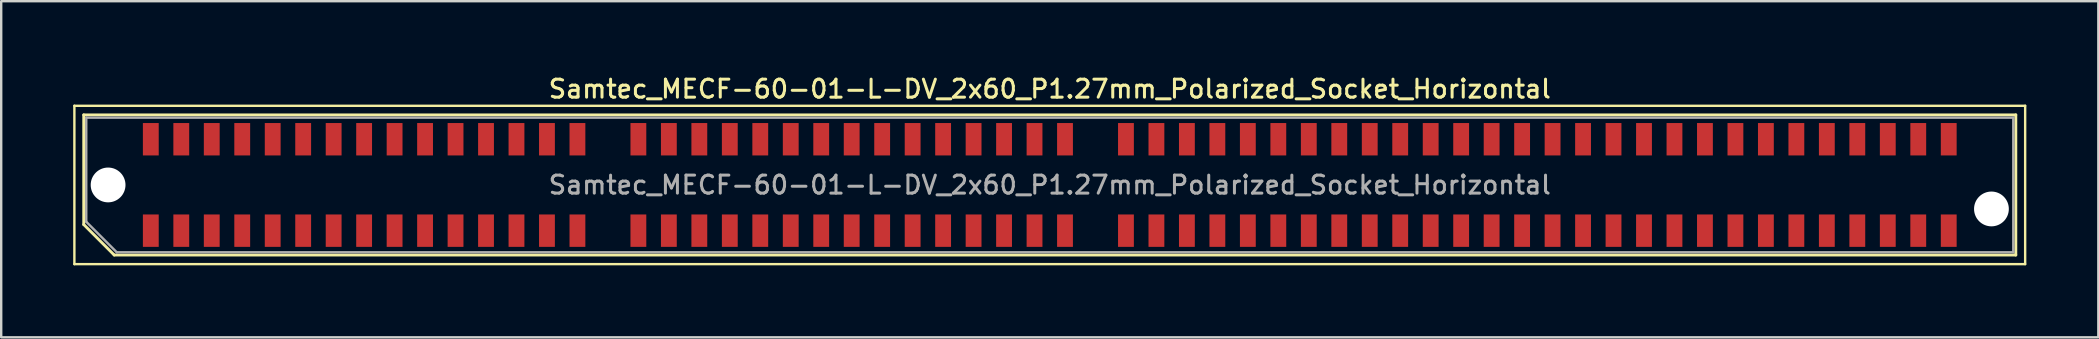
<source format=kicad_pcb>
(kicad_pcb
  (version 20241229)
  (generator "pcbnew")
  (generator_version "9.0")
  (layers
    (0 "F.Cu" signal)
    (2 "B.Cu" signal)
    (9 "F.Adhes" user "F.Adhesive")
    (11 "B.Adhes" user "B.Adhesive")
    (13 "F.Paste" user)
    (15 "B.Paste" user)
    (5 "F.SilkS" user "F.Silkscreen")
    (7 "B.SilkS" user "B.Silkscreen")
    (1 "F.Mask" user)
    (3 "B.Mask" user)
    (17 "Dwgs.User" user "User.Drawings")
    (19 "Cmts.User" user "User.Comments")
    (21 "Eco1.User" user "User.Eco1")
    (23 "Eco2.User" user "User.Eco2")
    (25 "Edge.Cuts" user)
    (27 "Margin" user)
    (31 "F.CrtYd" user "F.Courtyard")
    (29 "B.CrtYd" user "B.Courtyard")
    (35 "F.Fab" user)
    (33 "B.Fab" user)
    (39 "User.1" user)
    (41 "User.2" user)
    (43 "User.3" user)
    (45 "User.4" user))
  (footprint "Samtec_MECF-60-01-L-DV_2x60_P1.27mm_Polarized_Socket_Horizontal"
    (layer "F.Cu")
    (at 40.7 4.658)
    (property "Reference" "Samtec_MECF-60-01-L-DV_2x60_P1.27mm_Polarized_Socket_Horizontal" (at 0 -4 0) (layer "F.SilkS") (effects (font (size 0.75 0.75) (thickness 0.125))))
    (attr smd)
    (fp_line (start -40.65 -3.3) (end -40.65 3.3) (stroke (width 0.1) (type solid)) (layer "F.SilkS"))
    (fp_line (start -40.65 3.3) (end 40.65 3.3) (stroke (width 0.1) (type solid)) (layer "F.SilkS"))
    (fp_line (start -40.26 -2.92) (end 40.26 -2.92) (stroke (width 0.12) (type solid)) (layer "F.SilkS"))
    (fp_line (start -40.26 1.65) (end -40.26 -2.92) (stroke (width 0.12) (type solid)) (layer "F.SilkS"))
    (fp_line (start -38.99 2.92) (end -40.26 1.65) (stroke (width 0.12) (type solid)) (layer "F.SilkS"))
    (fp_line (start -38.99 2.92) (end 40.26 2.92) (stroke (width 0.12) (type solid)) (layer "F.SilkS"))
    (fp_line (start 40.26 2.92) (end 40.26 -2.92) (stroke (width 0.12) (type solid)) (layer "F.SilkS"))
    (fp_line (start 40.65 -3.3) (end -40.65 -3.3) (stroke (width 0.1) (type solid)) (layer "F.SilkS"))
    (fp_line (start 40.65 3.3) (end 40.65 -3.3) (stroke (width 0.1) (type solid)) (layer "F.SilkS"))
    (fp_line (start -40.155 -2.805) (end 40.155 -2.805) (stroke (width 0.1) (type solid)) (layer "F.Fab"))
    (fp_line (start -40.155 1.535) (end -40.155 -2.805) (stroke (width 0.1) (type solid)) (layer "F.Fab"))
    (fp_line (start -40.155 1.535) (end -38.885 2.805) (stroke (width 0.1) (type solid)) (layer "F.Fab"))
    (fp_line (start -38.885 2.805) (end 40.155 2.805) (stroke (width 0.1) (type solid)) (layer "F.Fab"))
    (fp_line (start 40.155 2.805) (end 40.155 -2.805) (stroke (width 0.1) (type solid)) (layer "F.Fab"))
    (fp_text user "${REFERENCE}" (at 0 0 0) (layer "F.Fab") (effects (font (size 0.75 0.75) (thickness 0.125))))
    (pad "" np_thru_hole circle (at -39.245 0) (size 1.45 1.45) (drill 1.45) (layers "*.Cu" "*.Mask"))
    (pad "" np_thru_hole circle (at 39.245 1) (size 1.45 1.45) (drill 1.45) (layers "*.Cu" "*.Mask"))
    (pad "1" smd rect (at -37.465 1.905) (size 0.66 1.35) (layers "F.Cu" "F.Mask" "F.Paste"))
    (pad "2" smd rect (at -37.465 -1.905) (size 0.66 1.35) (layers "F.Cu" "F.Mask" "F.Paste"))
    (pad "3" smd rect (at -36.195 1.905) (size 0.66 1.35) (layers "F.Cu" "F.Mask" "F.Paste"))
    (pad "4" smd rect (at -36.195 -1.905) (size 0.66 1.35) (layers "F.Cu" "F.Mask" "F.Paste"))
    (pad "5" smd rect (at -34.925 1.905) (size 0.66 1.35) (layers "F.Cu" "F.Mask" "F.Paste"))
    (pad "6" smd rect (at -34.925 -1.905) (size 0.66 1.35) (layers "F.Cu" "F.Mask" "F.Paste"))
    (pad "7" smd rect (at -33.655 1.905) (size 0.66 1.35) (layers "F.Cu" "F.Mask" "F.Paste"))
    (pad "8" smd rect (at -33.655 -1.905) (size 0.66 1.35) (layers "F.Cu" "F.Mask" "F.Paste"))
    (pad "9" smd rect (at -32.385 1.905) (size 0.66 1.35) (layers "F.Cu" "F.Mask" "F.Paste"))
    (pad "10" smd rect (at -32.385 -1.905) (size 0.66 1.35) (layers "F.Cu" "F.Mask" "F.Paste"))
    (pad "11" smd rect (at -31.115 1.905) (size 0.66 1.35) (layers "F.Cu" "F.Mask" "F.Paste"))
    (pad "12" smd rect (at -31.115 -1.905) (size 0.66 1.35) (layers "F.Cu" "F.Mask" "F.Paste"))
    (pad "13" smd rect (at -29.845 1.905) (size 0.66 1.35) (layers "F.Cu" "F.Mask" "F.Paste"))
    (pad "14" smd rect (at -29.845 -1.905) (size 0.66 1.35) (layers "F.Cu" "F.Mask" "F.Paste"))
    (pad "15" smd rect (at -28.575 1.905) (size 0.66 1.35) (layers "F.Cu" "F.Mask" "F.Paste"))
    (pad "16" smd rect (at -28.575 -1.905) (size 0.66 1.35) (layers "F.Cu" "F.Mask" "F.Paste"))
    (pad "17" smd rect (at -27.305 1.905) (size 0.66 1.35) (layers "F.Cu" "F.Mask" "F.Paste"))
    (pad "18" smd rect (at -27.305 -1.905) (size 0.66 1.35) (layers "F.Cu" "F.Mask" "F.Paste"))
    (pad "19" smd rect (at -26.035 1.905) (size 0.66 1.35) (layers "F.Cu" "F.Mask" "F.Paste"))
    (pad "20" smd rect (at -26.035 -1.905) (size 0.66 1.35) (layers "F.Cu" "F.Mask" "F.Paste"))
    (pad "21" smd rect (at -24.765 1.905) (size 0.66 1.35) (layers "F.Cu" "F.Mask" "F.Paste"))
    (pad "22" smd rect (at -24.765 -1.905) (size 0.66 1.35) (layers "F.Cu" "F.Mask" "F.Paste"))
    (pad "23" smd rect (at -23.495 1.905) (size 0.66 1.35) (layers "F.Cu" "F.Mask" "F.Paste"))
    (pad "24" smd rect (at -23.495 -1.905) (size 0.66 1.35) (layers "F.Cu" "F.Mask" "F.Paste"))
    (pad "25" smd rect (at -22.225 1.905) (size 0.66 1.35) (layers "F.Cu" "F.Mask" "F.Paste"))
    (pad "26" smd rect (at -22.225 -1.905) (size 0.66 1.35) (layers "F.Cu" "F.Mask" "F.Paste"))
    (pad "27" smd rect (at -20.955 1.905) (size 0.66 1.35) (layers "F.Cu" "F.Mask" "F.Paste"))
    (pad "28" smd rect (at -20.955 -1.905) (size 0.66 1.35) (layers "F.Cu" "F.Mask" "F.Paste"))
    (pad "29" smd rect (at -19.685 1.905) (size 0.66 1.35) (layers "F.Cu" "F.Mask" "F.Paste"))
    (pad "30" smd rect (at -19.685 -1.905) (size 0.66 1.35) (layers "F.Cu" "F.Mask" "F.Paste"))
    (pad "33" smd rect (at -17.145 1.905) (size 0.66 1.35) (layers "F.Cu" "F.Mask" "F.Paste"))
    (pad "34" smd rect (at -17.145 -1.905) (size 0.66 1.35) (layers "F.Cu" "F.Mask" "F.Paste"))
    (pad "35" smd rect (at -15.875 1.905) (size 0.66 1.35) (layers "F.Cu" "F.Mask" "F.Paste"))
    (pad "36" smd rect (at -15.875 -1.905) (size 0.66 1.35) (layers "F.Cu" "F.Mask" "F.Paste"))
    (pad "37" smd rect (at -14.605 1.905) (size 0.66 1.35) (layers "F.Cu" "F.Mask" "F.Paste"))
    (pad "38" smd rect (at -14.605 -1.905) (size 0.66 1.35) (layers "F.Cu" "F.Mask" "F.Paste"))
    (pad "39" smd rect (at -13.335 1.905) (size 0.66 1.35) (layers "F.Cu" "F.Mask" "F.Paste"))
    (pad "40" smd rect (at -13.335 -1.905) (size 0.66 1.35) (layers "F.Cu" "F.Mask" "F.Paste"))
    (pad "41" smd rect (at -12.065 1.905) (size 0.66 1.35) (layers "F.Cu" "F.Mask" "F.Paste"))
    (pad "42" smd rect (at -12.065 -1.905) (size 0.66 1.35) (layers "F.Cu" "F.Mask" "F.Paste"))
    (pad "43" smd rect (at -10.795 1.905) (size 0.66 1.35) (layers "F.Cu" "F.Mask" "F.Paste"))
    (pad "44" smd rect (at -10.795 -1.905) (size 0.66 1.35) (layers "F.Cu" "F.Mask" "F.Paste"))
    (pad "45" smd rect (at -9.525 1.905) (size 0.66 1.35) (layers "F.Cu" "F.Mask" "F.Paste"))
    (pad "46" smd rect (at -9.525 -1.905) (size 0.66 1.35) (layers "F.Cu" "F.Mask" "F.Paste"))
    (pad "47" smd rect (at -8.255 1.905) (size 0.66 1.35) (layers "F.Cu" "F.Mask" "F.Paste"))
    (pad "48" smd rect (at -8.255 -1.905) (size 0.66 1.35) (layers "F.Cu" "F.Mask" "F.Paste"))
    (pad "49" smd rect (at -6.985 1.905) (size 0.66 1.35) (layers "F.Cu" "F.Mask" "F.Paste"))
    (pad "50" smd rect (at -6.985 -1.905) (size 0.66 1.35) (layers "F.Cu" "F.Mask" "F.Paste"))
    (pad "51" smd rect (at -5.715 1.905) (size 0.66 1.35) (layers "F.Cu" "F.Mask" "F.Paste"))
    (pad "52" smd rect (at -5.715 -1.905) (size 0.66 1.35) (layers "F.Cu" "F.Mask" "F.Paste"))
    (pad "53" smd rect (at -4.445 1.905) (size 0.66 1.35) (layers "F.Cu" "F.Mask" "F.Paste"))
    (pad "54" smd rect (at -4.445 -1.905) (size 0.66 1.35) (layers "F.Cu" "F.Mask" "F.Paste"))
    (pad "55" smd rect (at -3.175 1.905) (size 0.66 1.35) (layers "F.Cu" "F.Mask" "F.Paste"))
    (pad "56" smd rect (at -3.175 -1.905) (size 0.66 1.35) (layers "F.Cu" "F.Mask" "F.Paste"))
    (pad "57" smd rect (at -1.905 1.905) (size 0.66 1.35) (layers "F.Cu" "F.Mask" "F.Paste"))
    (pad "58" smd rect (at -1.905 -1.905) (size 0.66 1.35) (layers "F.Cu" "F.Mask" "F.Paste"))
    (pad "59" smd rect (at -0.635 1.905) (size 0.66 1.35) (layers "F.Cu" "F.Mask" "F.Paste"))
    (pad "60" smd rect (at -0.635 -1.905) (size 0.66 1.35) (layers "F.Cu" "F.Mask" "F.Paste"))
    (pad "61" smd rect (at 0.635 1.905) (size 0.66 1.35) (layers "F.Cu" "F.Mask" "F.Paste"))
    (pad "62" smd rect (at 0.635 -1.905) (size 0.66 1.35) (layers "F.Cu" "F.Mask" "F.Paste"))
    (pad "65" smd rect (at 3.175 1.905) (size 0.66 1.35) (layers "F.Cu" "F.Mask" "F.Paste"))
    (pad "66" smd rect (at 3.175 -1.905) (size 0.66 1.35) (layers "F.Cu" "F.Mask" "F.Paste"))
    (pad "67" smd rect (at 4.445 1.905) (size 0.66 1.35) (layers "F.Cu" "F.Mask" "F.Paste"))
    (pad "68" smd rect (at 4.445 -1.905) (size 0.66 1.35) (layers "F.Cu" "F.Mask" "F.Paste"))
    (pad "69" smd rect (at 5.715 1.905) (size 0.66 1.35) (layers "F.Cu" "F.Mask" "F.Paste"))
    (pad "70" smd rect (at 5.715 -1.905) (size 0.66 1.35) (layers "F.Cu" "F.Mask" "F.Paste"))
    (pad "71" smd rect (at 6.985 1.905) (size 0.66 1.35) (layers "F.Cu" "F.Mask" "F.Paste"))
    (pad "72" smd rect (at 6.985 -1.905) (size 0.66 1.35) (layers "F.Cu" "F.Mask" "F.Paste"))
    (pad "73" smd rect (at 8.255 1.905) (size 0.66 1.35) (layers "F.Cu" "F.Mask" "F.Paste"))
    (pad "74" smd rect (at 8.255 -1.905) (size 0.66 1.35) (layers "F.Cu" "F.Mask" "F.Paste"))
    (pad "75" smd rect (at 9.525 1.905) (size 0.66 1.35) (layers "F.Cu" "F.Mask" "F.Paste"))
    (pad "76" smd rect (at 9.525 -1.905) (size 0.66 1.35) (layers "F.Cu" "F.Mask" "F.Paste"))
    (pad "77" smd rect (at 10.795 1.905) (size 0.66 1.35) (layers "F.Cu" "F.Mask" "F.Paste"))
    (pad "78" smd rect (at 10.795 -1.905) (size 0.66 1.35) (layers "F.Cu" "F.Mask" "F.Paste"))
    (pad "79" smd rect (at 12.065 1.905) (size 0.66 1.35) (layers "F.Cu" "F.Mask" "F.Paste"))
    (pad "80" smd rect (at 12.065 -1.905) (size 0.66 1.35) (layers "F.Cu" "F.Mask" "F.Paste"))
    (pad "81" smd rect (at 13.335 1.905) (size 0.66 1.35) (layers "F.Cu" "F.Mask" "F.Paste"))
    (pad "82" smd rect (at 13.335 -1.905) (size 0.66 1.35) (layers "F.Cu" "F.Mask" "F.Paste"))
    (pad "83" smd rect (at 14.605 1.905) (size 0.66 1.35) (layers "F.Cu" "F.Mask" "F.Paste"))
    (pad "84" smd rect (at 14.605 -1.905) (size 0.66 1.35) (layers "F.Cu" "F.Mask" "F.Paste"))
    (pad "85" smd rect (at 15.875 1.905) (size 0.66 1.35) (layers "F.Cu" "F.Mask" "F.Paste"))
    (pad "86" smd rect (at 15.875 -1.905) (size 0.66 1.35) (layers "F.Cu" "F.Mask" "F.Paste"))
    (pad "87" smd rect (at 17.145 1.905) (size 0.66 1.35) (layers "F.Cu" "F.Mask" "F.Paste"))
    (pad "88" smd rect (at 17.145 -1.905) (size 0.66 1.35) (layers "F.Cu" "F.Mask" "F.Paste"))
    (pad "89" smd rect (at 18.415 1.905) (size 0.66 1.35) (layers "F.Cu" "F.Mask" "F.Paste"))
    (pad "90" smd rect (at 18.415 -1.905) (size 0.66 1.35) (layers "F.Cu" "F.Mask" "F.Paste"))
    (pad "91" smd rect (at 19.685 1.905) (size 0.66 1.35) (layers "F.Cu" "F.Mask" "F.Paste"))
    (pad "92" smd rect (at 19.685 -1.905) (size 0.66 1.35) (layers "F.Cu" "F.Mask" "F.Paste"))
    (pad "93" smd rect (at 20.955 1.905) (size 0.66 1.35) (layers "F.Cu" "F.Mask" "F.Paste"))
    (pad "94" smd rect (at 20.955 -1.905) (size 0.66 1.35) (layers "F.Cu" "F.Mask" "F.Paste"))
    (pad "95" smd rect (at 22.225 1.905) (size 0.66 1.35) (layers "F.Cu" "F.Mask" "F.Paste"))
    (pad "96" smd rect (at 22.225 -1.905) (size 0.66 1.35) (layers "F.Cu" "F.Mask" "F.Paste"))
    (pad "97" smd rect (at 23.495 1.905) (size 0.66 1.35) (layers "F.Cu" "F.Mask" "F.Paste"))
    (pad "98" smd rect (at 23.495 -1.905) (size 0.66 1.35) (layers "F.Cu" "F.Mask" "F.Paste"))
    (pad "99" smd rect (at 24.765 1.905) (size 0.66 1.35) (layers "F.Cu" "F.Mask" "F.Paste"))
    (pad "100" smd rect (at 24.765 -1.905) (size 0.66 1.35) (layers "F.Cu" "F.Mask" "F.Paste"))
    (pad "101" smd rect (at 26.035 1.905) (size 0.66 1.35) (layers "F.Cu" "F.Mask" "F.Paste"))
    (pad "102" smd rect (at 26.035 -1.905) (size 0.66 1.35) (layers "F.Cu" "F.Mask" "F.Paste"))
    (pad "103" smd rect (at 27.305 1.905) (size 0.66 1.35) (layers "F.Cu" "F.Mask" "F.Paste"))
    (pad "104" smd rect (at 27.305 -1.905) (size 0.66 1.35) (layers "F.Cu" "F.Mask" "F.Paste"))
    (pad "105" smd rect (at 28.575 1.905) (size 0.66 1.35) (layers "F.Cu" "F.Mask" "F.Paste"))
    (pad "106" smd rect (at 28.575 -1.905) (size 0.66 1.35) (layers "F.Cu" "F.Mask" "F.Paste"))
    (pad "107" smd rect (at 29.845 1.905) (size 0.66 1.35) (layers "F.Cu" "F.Mask" "F.Paste"))
    (pad "108" smd rect (at 29.845 -1.905) (size 0.66 1.35) (layers "F.Cu" "F.Mask" "F.Paste"))
    (pad "109" smd rect (at 31.115 1.905) (size 0.66 1.35) (layers "F.Cu" "F.Mask" "F.Paste"))
    (pad "110" smd rect (at 31.115 -1.905) (size 0.66 1.35) (layers "F.Cu" "F.Mask" "F.Paste"))
    (pad "111" smd rect (at 32.385 1.905) (size 0.66 1.35) (layers "F.Cu" "F.Mask" "F.Paste"))
    (pad "112" smd rect (at 32.385 -1.905) (size 0.66 1.35) (layers "F.Cu" "F.Mask" "F.Paste"))
    (pad "113" smd rect (at 33.655 1.905) (size 0.66 1.35) (layers "F.Cu" "F.Mask" "F.Paste"))
    (pad "114" smd rect (at 33.655 -1.905) (size 0.66 1.35) (layers "F.Cu" "F.Mask" "F.Paste"))
    (pad "115" smd rect (at 34.925 1.905) (size 0.66 1.35) (layers "F.Cu" "F.Mask" "F.Paste"))
    (pad "116" smd rect (at 34.925 -1.905) (size 0.66 1.35) (layers "F.Cu" "F.Mask" "F.Paste"))
    (pad "117" smd rect (at 36.195 1.905) (size 0.66 1.35) (layers "F.Cu" "F.Mask" "F.Paste"))
    (pad "118" smd rect (at 36.195 -1.905) (size 0.66 1.35) (layers "F.Cu" "F.Mask" "F.Paste"))
    (pad "119" smd rect (at 37.465 1.905) (size 0.66 1.35) (layers "F.Cu" "F.Mask" "F.Paste"))
    (pad "120" smd rect (at 37.465 -1.905) (size 0.66 1.35) (layers "F.Cu" "F.Mask" "F.Paste")))
  (gr_rect
    (start -3 -3)
    (end 84.4 11.008)
    (stroke (width 0.1) (type default))
    (fill no)
    (layer "Edge.Cuts")))
</source>
